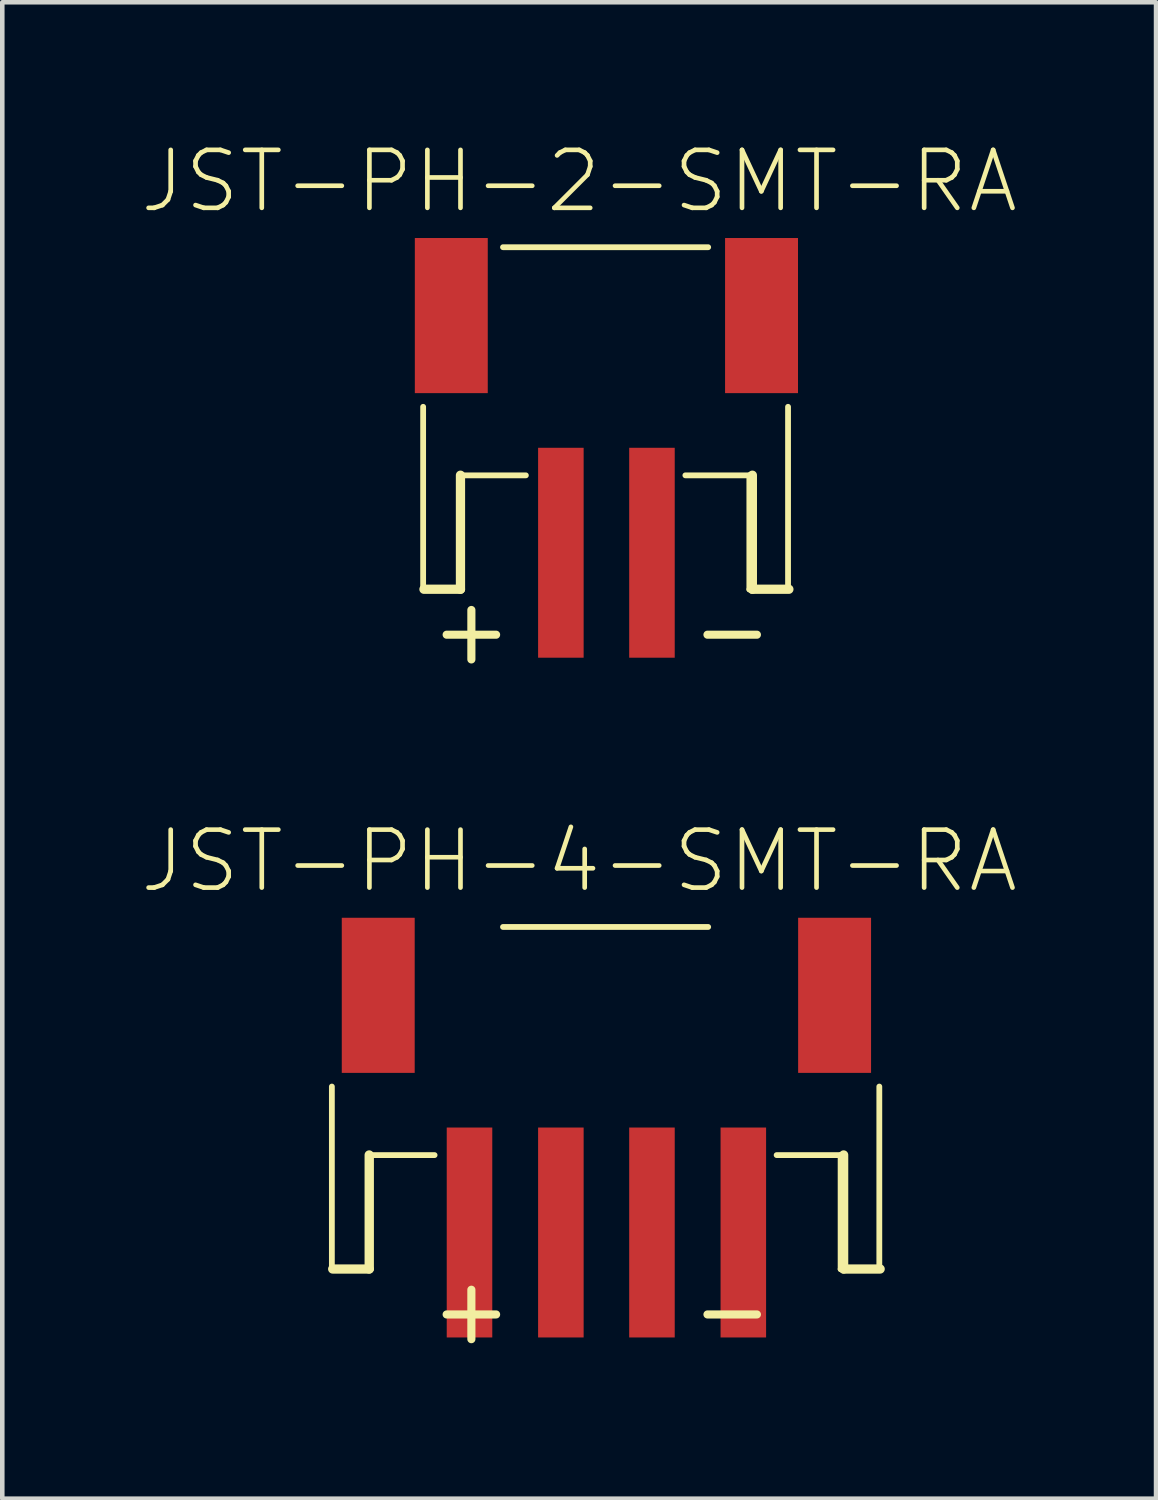
<source format=kicad_pcb>
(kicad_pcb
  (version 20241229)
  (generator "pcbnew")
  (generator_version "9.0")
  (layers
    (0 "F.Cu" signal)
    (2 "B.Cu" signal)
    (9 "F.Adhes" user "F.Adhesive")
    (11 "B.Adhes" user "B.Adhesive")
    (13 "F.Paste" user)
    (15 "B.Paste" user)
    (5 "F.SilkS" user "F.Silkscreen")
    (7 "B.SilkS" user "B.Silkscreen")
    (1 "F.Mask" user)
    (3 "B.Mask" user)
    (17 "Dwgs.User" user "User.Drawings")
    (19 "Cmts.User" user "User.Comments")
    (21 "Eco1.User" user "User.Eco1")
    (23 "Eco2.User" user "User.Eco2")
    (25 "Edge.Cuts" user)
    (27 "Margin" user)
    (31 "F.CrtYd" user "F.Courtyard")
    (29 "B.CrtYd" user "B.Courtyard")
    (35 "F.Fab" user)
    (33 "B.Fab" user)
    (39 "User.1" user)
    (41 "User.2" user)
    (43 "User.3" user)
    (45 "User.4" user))
  (footprint "JST-PH-4-SMT-RA"
    (layer "F.Cu")
    (at 10.238 20.259)
    (property "Reference" "JST-PH-4-SMT-RA" (at -0.597 -4.442 180) (layer "F.SilkS") (effects (font (size 1.27 1.27) (thickness 0.102))))
    (attr smd)
    (fp_line (start -6.016 0.5) (end -6.016 4.501) (stroke (width 0.127) (type solid)) (layer "F.SilkS"))
    (fp_line (start -6.016 4.501) (end -5.167 4.501) (stroke (width 0.127) (type solid)) (layer "F.SilkS"))
    (fp_line (start -5.198 1.999) (end -5.198 4.498) (stroke (width 0.203) (type solid)) (layer "F.SilkS"))
    (fp_line (start -5.198 4.498) (end -5.998 4.498) (stroke (width 0.203) (type solid)) (layer "F.SilkS"))
    (fp_line (start -5.167 2.002) (end -3.765 2.002) (stroke (width 0.127) (type solid)) (layer "F.SilkS"))
    (fp_line (start -5.167 4.501) (end -5.167 2.002) (stroke (width 0.127) (type solid)) (layer "F.SilkS"))
    (fp_line (start 2.23 -2.997) (end -2.266 -2.997) (stroke (width 0.127) (type solid)) (layer "F.SilkS"))
    (fp_line (start 3.73 2.002) (end 5.132 2.002) (stroke (width 0.127) (type solid)) (layer "F.SilkS"))
    (fp_line (start 5.132 2.002) (end 5.132 4.501) (stroke (width 0.127) (type solid)) (layer "F.SilkS"))
    (fp_line (start 5.132 4.501) (end 5.98 4.501) (stroke (width 0.127) (type solid)) (layer "F.SilkS"))
    (fp_line (start 5.198 4.498) (end 5.198 1.999) (stroke (width 0.203) (type solid)) (layer "F.SilkS"))
    (fp_line (start 5.98 4.501) (end 5.98 0.5) (stroke (width 0.127) (type solid)) (layer "F.SilkS"))
    (fp_line (start 5.998 4.498) (end 5.198 4.498) (stroke (width 0.203) (type solid)) (layer "F.SilkS"))
    (fp_text user "+" (at -2.959 5.387 180) (layer "F.SilkS") (effects (font (size 1.422 1.422) (thickness 0.178))))
    (fp_text user "-" (at 2.756 5.387 180) (layer "F.SilkS") (effects (font (size 1.422 1.422) (thickness 0.178))))
    (pad "1" smd rect (at 3 3.698) (size 0.998 4.6) (layers "F.Cu" "F.Mask" "F.Paste"))
    (pad "2" smd rect (at 0.998 3.698) (size 0.998 4.6) (layers "F.Cu" "F.Mask" "F.Paste"))
    (pad "3" smd rect (at -0.998 3.698) (size 0.998 4.6) (layers "F.Cu" "F.Mask" "F.Paste"))
    (pad "4" smd rect (at -3 3.698) (size 0.998 4.6) (layers "F.Cu" "F.Mask" "F.Paste"))
    (pad "NC1" smd rect (at -5 -1.499 90) (size 3.399 1.598) (layers "F.Cu" "F.Mask" "F.Paste"))
    (pad "NC2" smd rect (at 5 -1.499 90) (size 3.399 1.598) (layers "F.Cu" "F.Mask" "F.Paste")))
  (footprint "JST-PH-2-SMT-RA"
    (layer "F.Cu")
    (at 10.238 5.364)
    (property "Reference" "JST-PH-2-SMT-RA" (at -0.597 -4.442 180) (layer "F.SilkS") (effects (font (size 1.27 1.27) (thickness 0.102))))
    (attr smd)
    (fp_line (start -4.016 0.5) (end -4.016 4.501) (stroke (width 0.127) (type solid)) (layer "F.SilkS"))
    (fp_line (start -4.016 4.501) (end -3.167 4.501) (stroke (width 0.127) (type solid)) (layer "F.SilkS"))
    (fp_line (start -3.198 1.999) (end -3.198 4.498) (stroke (width 0.203) (type solid)) (layer "F.SilkS"))
    (fp_line (start -3.198 4.498) (end -3.998 4.498) (stroke (width 0.203) (type solid)) (layer "F.SilkS"))
    (fp_line (start -3.167 2.002) (end -1.765 2.002) (stroke (width 0.127) (type solid)) (layer "F.SilkS"))
    (fp_line (start -3.167 4.501) (end -3.167 2.002) (stroke (width 0.127) (type solid)) (layer "F.SilkS"))
    (fp_line (start 1.73 2.002) (end 3.132 2.002) (stroke (width 0.127) (type solid)) (layer "F.SilkS"))
    (fp_line (start 2.23 -2.997) (end -2.266 -2.997) (stroke (width 0.127) (type solid)) (layer "F.SilkS"))
    (fp_line (start 3.132 2.002) (end 3.132 4.501) (stroke (width 0.127) (type solid)) (layer "F.SilkS"))
    (fp_line (start 3.132 4.501) (end 3.98 4.501) (stroke (width 0.127) (type solid)) (layer "F.SilkS"))
    (fp_line (start 3.198 4.498) (end 3.198 1.999) (stroke (width 0.203) (type solid)) (layer "F.SilkS"))
    (fp_line (start 3.98 4.501) (end 3.98 0.5) (stroke (width 0.127) (type solid)) (layer "F.SilkS"))
    (fp_line (start 3.998 4.498) (end 3.198 4.498) (stroke (width 0.203) (type solid)) (layer "F.SilkS"))
    (fp_text user "+" (at -2.959 5.387 180) (layer "F.SilkS") (effects (font (size 1.422 1.422) (thickness 0.178))))
    (fp_text user "-" (at 2.756 5.387 180) (layer "F.SilkS") (effects (font (size 1.422 1.422) (thickness 0.178))))
    (pad "1" smd rect (at 0.998 3.698) (size 0.998 4.6) (layers "F.Cu" "F.Mask" "F.Paste"))
    (pad "2" smd rect (at -0.998 3.698) (size 0.998 4.6) (layers "F.Cu" "F.Mask" "F.Paste"))
    (pad "NC1" smd rect (at -3.399 -1.499 90) (size 3.399 1.598) (layers "F.Cu" "F.Mask" "F.Paste"))
    (pad "NC2" smd rect (at 3.399 -1.499 90) (size 3.399 1.598) (layers "F.Cu" "F.Mask" "F.Paste")))
  (gr_rect
    (start -3 -3)
    (end 22.282 29.79)
    (stroke (width 0.1) (type default))
    (fill no)
    (layer "Edge.Cuts")))
</source>
